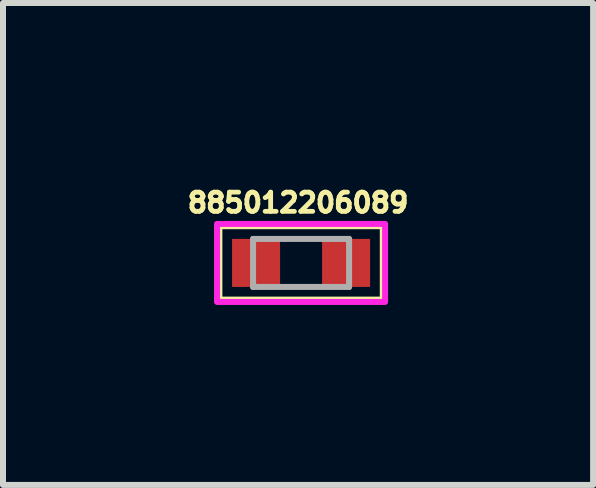
<source format=kicad_pcb>
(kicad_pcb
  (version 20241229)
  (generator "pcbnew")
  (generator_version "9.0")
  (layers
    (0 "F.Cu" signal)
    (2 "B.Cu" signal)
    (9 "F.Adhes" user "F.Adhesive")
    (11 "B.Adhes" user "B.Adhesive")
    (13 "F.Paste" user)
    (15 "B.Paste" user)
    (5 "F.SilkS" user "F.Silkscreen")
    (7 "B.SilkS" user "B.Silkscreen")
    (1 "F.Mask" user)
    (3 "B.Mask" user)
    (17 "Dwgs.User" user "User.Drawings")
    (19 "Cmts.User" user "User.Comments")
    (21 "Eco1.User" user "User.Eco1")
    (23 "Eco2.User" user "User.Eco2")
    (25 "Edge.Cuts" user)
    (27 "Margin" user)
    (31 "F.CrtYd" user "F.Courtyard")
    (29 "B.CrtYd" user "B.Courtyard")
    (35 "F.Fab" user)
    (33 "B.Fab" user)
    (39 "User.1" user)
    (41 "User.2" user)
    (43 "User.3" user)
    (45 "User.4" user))
  (footprint "885012206089"
    (layer "F.Cu")
    (at 1.967 1.331)
    (property "Reference" "885012206089" (at -0.05 -1.003 0) (layer "F.SilkS") (effects (font (size 0.32 0.32) (thickness 0.08))))
    (attr smd)
    (fp_line (start -1.375 -0.625) (end 1.375 -0.625) (stroke (width 0.127) (type solid)) (layer "F.SilkS"))
    (fp_line (start -1.375 0.625) (end -1.375 -0.625) (stroke (width 0.127) (type solid)) (layer "F.SilkS"))
    (fp_line (start 1.375 -0.625) (end 1.375 0.625) (stroke (width 0.127) (type solid)) (layer "F.SilkS"))
    (fp_line (start 1.375 0.625) (end -1.375 0.625) (stroke (width 0.127) (type solid)) (layer "F.SilkS"))
    (fp_poly (pts (xy -1.4 -0.65) (xy 1.4 -0.65) (xy 1.4 0.65) (xy -1.4 0.65)) (stroke (width 0.1) (type solid)) (fill no) (layer "F.CrtYd"))
    (fp_line (start -0.8 -0.4) (end -0.8 0.4) (stroke (width 0.1) (type solid)) (layer "F.Fab"))
    (fp_line (start -0.8 -0.4) (end 0.8 -0.4) (stroke (width 0.1) (type solid)) (layer "F.Fab"))
    (fp_line (start -0.8 0.4) (end 0.8 0.4) (stroke (width 0.1) (type solid)) (layer "F.Fab"))
    (fp_line (start 0.8 0.4) (end 0.8 -0.4) (stroke (width 0.1) (type solid)) (layer "F.Fab"))
    (pad "1" smd rect (at -0.75 0) (size 0.8 0.8) (layers "F.Cu" "F.Mask" "F.Paste"))
    (pad "2" smd rect (at 0.75 0) (size 0.8 0.8) (layers "F.Cu" "F.Mask" "F.Paste")))
  (gr_rect
    (start -3 -3)
    (end 6.833 5.031)
    (stroke (width 0.1) (type default))
    (fill no)
    (layer "Edge.Cuts")))
</source>
